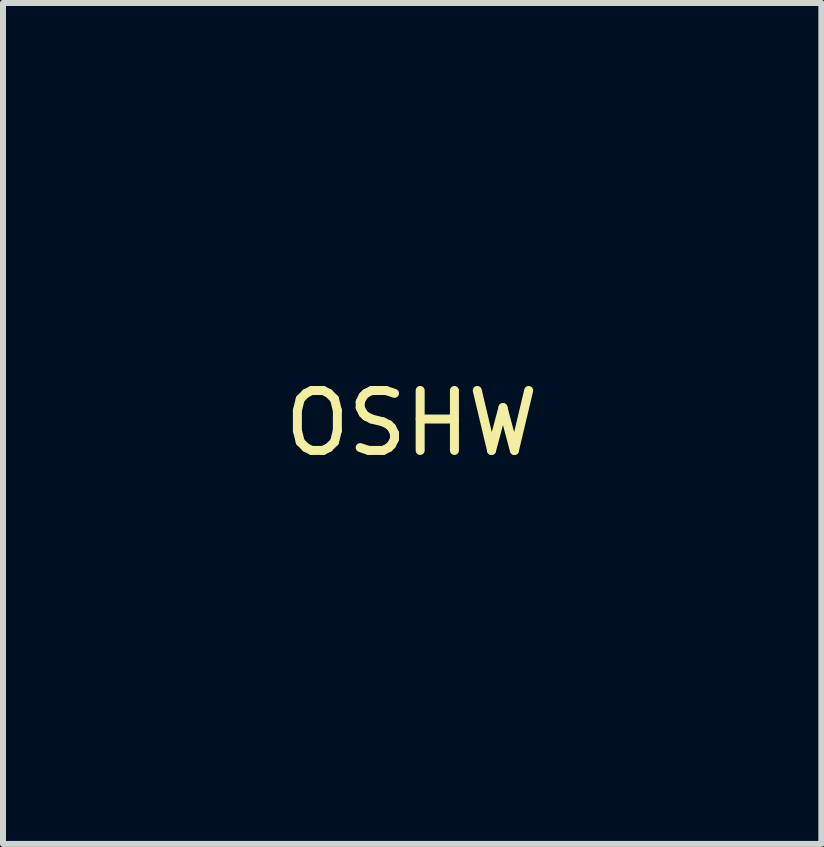
<source format=kicad_pcb>
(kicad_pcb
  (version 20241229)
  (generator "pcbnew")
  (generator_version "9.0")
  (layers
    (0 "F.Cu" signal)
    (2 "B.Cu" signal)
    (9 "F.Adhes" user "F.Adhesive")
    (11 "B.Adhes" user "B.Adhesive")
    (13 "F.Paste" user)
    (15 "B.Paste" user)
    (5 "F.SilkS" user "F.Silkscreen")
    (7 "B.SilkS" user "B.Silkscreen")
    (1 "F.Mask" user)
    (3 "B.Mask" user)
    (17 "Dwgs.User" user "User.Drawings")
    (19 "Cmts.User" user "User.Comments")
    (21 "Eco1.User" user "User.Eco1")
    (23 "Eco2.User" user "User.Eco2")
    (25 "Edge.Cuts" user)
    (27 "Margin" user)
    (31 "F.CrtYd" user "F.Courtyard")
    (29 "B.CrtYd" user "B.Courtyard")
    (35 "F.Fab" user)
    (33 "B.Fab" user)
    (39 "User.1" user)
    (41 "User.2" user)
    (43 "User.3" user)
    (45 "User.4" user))
  (footprint "OSHW"
    (layer "F.Cu")
    (at 3.814 4.007)
    (property "Reference" "OSHW" (at 0 0 180) (layer "F.SilkS") (effects (font (size 1 1) (thickness 0.15))))
    (attr exclude_from_pos_files exclude_from_bom)
    (fp_poly (pts (xy 2.391 1.938) (xy 2.449 1.955) (xy 2.486 1.977) (xy 2.498 1.995) (xy 2.495 2.016) (xy 2.473 2.048) (xy 2.455 2.072) (xy 2.417 2.113) (xy 2.389 2.131) (xy 2.365 2.13) (xy 2.294 2.112) (xy 2.241 2.113) (xy 2.199 2.133) (xy 2.185 2.145) (xy 2.139 2.187) (xy 2.139 2.741) (xy 1.955 2.741) (xy 1.955 1.938) (xy 2.047 1.938) (xy 2.102 1.941) (xy 2.131 1.948) (xy 2.139 1.963) (xy 2.139 1.964) (xy 2.143 1.98) (xy 2.16 1.978) (xy 2.185 1.966) (xy 2.235 1.945) (xy 2.276 1.932) (xy 2.329 1.929) (xy 2.391 1.938)) (stroke (width 0.01) (type solid)) (fill yes) (layer "F.Mask"))
    (fp_poly (pts (xy 2.173 3.191) (xy 2.237 3.204) (xy 2.274 3.223) (xy 2.312 3.254) (xy 2.258 3.323) (xy 2.224 3.365) (xy 2.201 3.385) (xy 2.178 3.389) (xy 2.145 3.378) (xy 2.129 3.373) (xy 2.066 3.364) (xy 2.007 3.382) (xy 1.964 3.423) (xy 1.957 3.436) (xy 1.95 3.47) (xy 1.944 3.533) (xy 1.94 3.621) (xy 1.938 3.729) (xy 1.938 3.744) (xy 1.938 4.011) (xy 1.755 4.011) (xy 1.755 3.192) (xy 1.847 3.192) (xy 1.9 3.193) (xy 1.927 3.199) (xy 1.937 3.213) (xy 1.938 3.226) (xy 1.938 3.261) (xy 1.982 3.226) (xy 2.033 3.203) (xy 2.101 3.191) (xy 2.173 3.191)) (stroke (width 0.01) (type solid)) (fill yes) (layer "F.Mask"))
    (fp_poly (pts (xy -1.32 3.193) (xy -1.295 3.201) (xy -1.287 3.217) (xy -1.287 3.225) (xy -1.285 3.246) (xy -1.275 3.249) (xy -1.248 3.235) (xy -1.232 3.225) (xy -1.182 3.204) (xy -1.122 3.194) (xy -1.059 3.193) (xy -0.999 3.201) (xy -0.951 3.216) (xy -0.92 3.237) (xy -0.914 3.264) (xy -0.917 3.272) (xy -0.94 3.302) (xy -0.974 3.339) (xy -0.98 3.345) (xy -1.013 3.373) (xy -1.042 3.382) (xy -1.081 3.376) (xy -1.097 3.371) (xy -1.146 3.361) (xy -1.181 3.366) (xy -1.211 3.382) (xy -1.237 3.403) (xy -1.257 3.43) (xy -1.271 3.467) (xy -1.28 3.52) (xy -1.285 3.593) (xy -1.287 3.693) (xy -1.287 3.753) (xy -1.287 4.011) (xy -1.454 4.011) (xy -1.454 3.192) (xy -1.37 3.192) (xy -1.32 3.193)) (stroke (width 0.01) (type solid)) (fill yes) (layer "F.Mask"))
    (fp_poly (pts (xy 1.32 2.199) (xy 1.322 2.321) (xy 1.327 2.414) (xy 1.339 2.482) (xy 1.358 2.527) (xy 1.385 2.555) (xy 1.423 2.569) (xy 1.471 2.572) (xy 1.52 2.568) (xy 1.557 2.554) (xy 1.584 2.525) (xy 1.603 2.479) (xy 1.614 2.41) (xy 1.62 2.316) (xy 1.621 2.199) (xy 1.621 1.938) (xy 1.805 1.938) (xy 1.805 2.741) (xy 1.713 2.741) (xy 1.657 2.738) (xy 1.629 2.73) (xy 1.621 2.715) (xy 1.616 2.702) (xy 1.597 2.705) (xy 1.559 2.724) (xy 1.47 2.753) (xy 1.377 2.751) (xy 1.287 2.719) (xy 1.244 2.694) (xy 1.212 2.667) (xy 1.188 2.633) (xy 1.171 2.588) (xy 1.161 2.526) (xy 1.156 2.444) (xy 1.153 2.336) (xy 1.153 2.252) (xy 1.153 1.938) (xy 1.32 1.938) (xy 1.32 2.199)) (stroke (width 0.01) (type solid)) (fill yes) (layer "F.Mask"))
    (fp_poly (pts (xy -1.002 1.952) (xy -0.96 1.972) (xy -0.92 2.001) (xy -0.889 2.034) (xy -0.867 2.076) (xy -0.852 2.132) (xy -0.842 2.207) (xy -0.838 2.305) (xy -0.836 2.431) (xy -0.836 2.444) (xy -0.836 2.741) (xy -1.019 2.741) (xy -1.019 2.467) (xy -1.019 2.366) (xy -1.02 2.292) (xy -1.023 2.241) (xy -1.028 2.207) (xy -1.035 2.184) (xy -1.047 2.167) (xy -1.063 2.15) (xy -1.12 2.113) (xy -1.183 2.106) (xy -1.242 2.129) (xy -1.262 2.147) (xy -1.278 2.163) (xy -1.288 2.18) (xy -1.296 2.204) (xy -1.3 2.24) (xy -1.302 2.294) (xy -1.303 2.371) (xy -1.303 2.464) (xy -1.303 2.741) (xy -1.487 2.741) (xy -1.487 1.938) (xy -1.395 1.938) (xy -1.34 1.941) (xy -1.312 1.948) (xy -1.303 1.963) (xy -1.303 1.964) (xy -1.3 1.979) (xy -1.283 1.977) (xy -1.249 1.961) (xy -1.173 1.937) (xy -1.086 1.934) (xy -1.002 1.952)) (stroke (width 0.01) (type solid)) (fill yes) (layer "F.Mask"))
    (fp_poly (pts (xy 2.947 1.945) (xy 3.043 1.987) (xy 3.074 2.007) (xy 3.113 2.037) (xy 3.137 2.062) (xy 3.142 2.069) (xy 3.13 2.087) (xy 3.099 2.117) (xy 3.074 2.137) (xy 3.007 2.191) (xy 2.954 2.147) (xy 2.913 2.118) (xy 2.873 2.108) (xy 2.827 2.11) (xy 2.754 2.128) (xy 2.704 2.166) (xy 2.674 2.227) (xy 2.66 2.314) (xy 2.66 2.314) (xy 2.661 2.412) (xy 2.68 2.484) (xy 2.717 2.533) (xy 2.742 2.549) (xy 2.809 2.57) (xy 2.881 2.57) (xy 2.943 2.55) (xy 2.958 2.54) (xy 2.995 2.515) (xy 3.024 2.511) (xy 3.055 2.53) (xy 3.089 2.563) (xy 3.144 2.619) (xy 3.083 2.669) (xy 2.99 2.726) (xy 2.884 2.753) (xy 2.774 2.751) (xy 2.701 2.733) (xy 2.617 2.687) (xy 2.549 2.616) (xy 2.518 2.565) (xy 2.493 2.492) (xy 2.481 2.401) (xy 2.481 2.301) (xy 2.493 2.205) (xy 2.517 2.125) (xy 2.521 2.117) (xy 2.578 2.036) (xy 2.655 1.978) (xy 2.746 1.942) (xy 2.846 1.931) (xy 2.947 1.945)) (stroke (width 0.01) (type solid)) (fill yes) (layer "F.Mask"))
    (fp_poly (pts (xy 0.812 1.948) (xy 0.896 1.994) (xy 0.962 2.067) (xy 0.993 2.126) (xy 1.007 2.178) (xy 1.016 2.253) (xy 1.019 2.338) (xy 1.018 2.425) (xy 1.011 2.5) (xy 1.003 2.541) (xy 0.975 2.596) (xy 0.928 2.655) (xy 0.871 2.706) (xy 0.815 2.739) (xy 0.814 2.74) (xy 0.744 2.754) (xy 0.661 2.754) (xy 0.582 2.741) (xy 0.552 2.731) (xy 0.473 2.686) (xy 0.417 2.628) (xy 0.38 2.551) (xy 0.36 2.45) (xy 0.355 2.397) (xy 0.356 2.331) (xy 0.535 2.331) (xy 0.541 2.428) (xy 0.558 2.502) (xy 0.586 2.549) (xy 0.605 2.562) (xy 0.656 2.572) (xy 0.716 2.569) (xy 0.767 2.555) (xy 0.781 2.548) (xy 0.817 2.504) (xy 0.84 2.438) (xy 0.851 2.357) (xy 0.846 2.271) (xy 0.835 2.218) (xy 0.803 2.158) (xy 0.753 2.12) (xy 0.693 2.107) (xy 0.631 2.121) (xy 0.584 2.154) (xy 0.559 2.182) (xy 0.544 2.209) (xy 0.537 2.246) (xy 0.535 2.303) (xy 0.535 2.331) (xy 0.356 2.331) (xy 0.356 2.256) (xy 0.379 2.14) (xy 0.424 2.05) (xy 0.49 1.985) (xy 0.579 1.945) (xy 0.597 1.941) (xy 0.711 1.93) (xy 0.812 1.948)) (stroke (width 0.01) (type solid)) (fill yes) (layer "F.Mask"))
    (fp_poly (pts (xy 0.374 3.195) (xy 0.44 3.2) (xy 0.527 3.459) (xy 0.613 3.718) (xy 0.64 3.626) (xy 0.656 3.569) (xy 0.678 3.493) (xy 0.701 3.408) (xy 0.713 3.363) (xy 0.759 3.192) (xy 0.949 3.192) (xy 0.893 3.371) (xy 0.865 3.46) (xy 0.831 3.566) (xy 0.796 3.677) (xy 0.764 3.777) (xy 0.692 4.002) (xy 0.537 4.012) (xy 0.495 3.874) (xy 0.469 3.787) (xy 0.441 3.692) (xy 0.416 3.608) (xy 0.415 3.605) (xy 0.397 3.548) (xy 0.381 3.509) (xy 0.369 3.495) (xy 0.367 3.496) (xy 0.359 3.519) (xy 0.343 3.568) (xy 0.322 3.637) (xy 0.297 3.719) (xy 0.284 3.764) (xy 0.211 4.011) (xy 0.057 4.011) (xy -0.065 3.622) (xy -0.1 3.513) (xy -0.131 3.414) (xy -0.158 3.33) (xy -0.179 3.265) (xy -0.193 3.224) (xy -0.197 3.212) (xy -0.193 3.199) (xy -0.168 3.194) (xy -0.116 3.195) (xy -0.108 3.195) (xy -0.011 3.2) (xy 0.053 3.434) (xy 0.076 3.519) (xy 0.097 3.594) (xy 0.114 3.653) (xy 0.124 3.687) (xy 0.126 3.693) (xy 0.134 3.686) (xy 0.15 3.653) (xy 0.173 3.596) (xy 0.199 3.522) (xy 0.222 3.454) (xy 0.308 3.19) (xy 0.374 3.195)) (stroke (width 0.01) (type solid)) (fill yes) (layer "F.Mask"))
    (fp_poly (pts (xy -3.373 1.947) (xy -3.286 1.986) (xy -3.219 2.05) (xy -3.174 2.141) (xy -3.149 2.257) (xy -3.148 2.276) (xy -3.146 2.404) (xy -3.164 2.516) (xy -3.2 2.608) (xy -3.22 2.637) (xy -3.287 2.699) (xy -3.372 2.739) (xy -3.468 2.756) (xy -3.566 2.748) (xy -3.64 2.721) (xy -3.704 2.677) (xy -3.756 2.62) (xy -3.757 2.618) (xy -3.778 2.583) (xy -3.792 2.547) (xy -3.8 2.502) (xy -3.805 2.438) (xy -3.807 2.385) (xy -3.808 2.338) (xy -3.641 2.338) (xy -3.64 2.385) (xy -3.634 2.448) (xy -3.623 2.488) (xy -3.604 2.517) (xy -3.587 2.534) (xy -3.524 2.569) (xy -3.459 2.574) (xy -3.398 2.548) (xy -3.367 2.52) (xy -3.345 2.492) (xy -3.332 2.464) (xy -3.327 2.429) (xy -3.326 2.376) (xy -3.328 2.327) (xy -3.332 2.256) (xy -3.338 2.211) (xy -3.348 2.181) (xy -3.366 2.159) (xy -3.381 2.146) (xy -3.44 2.112) (xy -3.505 2.11) (xy -3.559 2.13) (xy -3.605 2.172) (xy -3.632 2.241) (xy -3.641 2.338) (xy -3.808 2.338) (xy -3.809 2.281) (xy -3.806 2.203) (xy -3.796 2.145) (xy -3.778 2.099) (xy -3.75 2.058) (xy -3.74 2.046) (xy -3.676 1.985) (xy -3.607 1.95) (xy -3.523 1.935) (xy -3.482 1.934) (xy -3.373 1.947)) (stroke (width 0.01) (type solid)) (fill yes) (layer "F.Mask"))
    (fp_poly (pts (xy -0.267 4.011) (xy -0.359 4.011) (xy -0.413 4.009) (xy -0.44 4.002) (xy -0.45 3.988) (xy -0.451 3.979) (xy -0.453 3.96) (xy -0.464 3.956) (xy -0.491 3.968) (xy -0.513 3.979) (xy -0.597 4.005) (xy -0.687 4.006) (xy -0.761 3.987) (xy -0.83 3.94) (xy -0.882 3.871) (xy -0.911 3.789) (xy -0.912 3.785) (xy -0.916 3.735) (xy -0.918 3.664) (xy -0.918 3.61) (xy -0.735 3.61) (xy -0.731 3.681) (xy -0.721 3.741) (xy -0.708 3.774) (xy -0.659 3.82) (xy -0.601 3.836) (xy -0.54 3.823) (xy -0.489 3.783) (xy -0.469 3.757) (xy -0.458 3.725) (xy -0.453 3.679) (xy -0.451 3.609) (xy -0.454 3.54) (xy -0.46 3.48) (xy -0.469 3.44) (xy -0.47 3.436) (xy -0.506 3.393) (xy -0.558 3.369) (xy -0.616 3.365) (xy -0.67 3.382) (xy -0.71 3.419) (xy -0.714 3.426) (xy -0.727 3.471) (xy -0.734 3.536) (xy -0.735 3.61) (xy -0.918 3.61) (xy -0.918 3.582) (xy -0.917 3.538) (xy -0.908 3.43) (xy -0.891 3.349) (xy -0.863 3.288) (xy -0.821 3.244) (xy -0.78 3.217) (xy -0.723 3.199) (xy -0.653 3.193) (xy -0.58 3.198) (xy -0.518 3.214) (xy -0.485 3.233) (xy -0.451 3.264) (xy -0.451 2.874) (xy -0.267 2.874) (xy -0.267 4.011)) (stroke (width 0.01) (type solid)) (fill yes) (layer "F.Mask"))
    (fp_poly (pts (xy 3.559 1.936) (xy 3.602 1.946) (xy 3.684 1.984) (xy 3.754 2.042) (xy 3.802 2.112) (xy 3.809 2.128) (xy 3.818 2.168) (xy 3.825 2.229) (xy 3.827 2.29) (xy 3.827 2.406) (xy 3.584 2.406) (xy 3.484 2.407) (xy 3.414 2.409) (xy 3.369 2.415) (xy 3.346 2.426) (xy 3.341 2.445) (xy 3.35 2.472) (xy 3.366 2.504) (xy 3.41 2.558) (xy 3.472 2.584) (xy 3.547 2.583) (xy 3.632 2.554) (xy 3.706 2.519) (xy 3.767 2.567) (xy 3.828 2.615) (xy 3.77 2.668) (xy 3.694 2.718) (xy 3.599 2.749) (xy 3.498 2.757) (xy 3.4 2.742) (xy 3.384 2.737) (xy 3.298 2.692) (xy 3.234 2.625) (xy 3.19 2.533) (xy 3.166 2.416) (xy 3.166 2.414) (xy 3.164 2.286) (xy 3.172 2.24) (xy 3.342 2.24) (xy 3.358 2.247) (xy 3.4 2.252) (xy 3.462 2.255) (xy 3.502 2.256) (xy 3.576 2.256) (xy 3.622 2.254) (xy 3.646 2.249) (xy 3.654 2.24) (xy 3.652 2.224) (xy 3.65 2.218) (xy 3.621 2.163) (xy 3.574 2.118) (xy 3.532 2.098) (xy 3.477 2.099) (xy 3.421 2.124) (xy 3.374 2.165) (xy 3.346 2.214) (xy 3.342 2.24) (xy 3.172 2.24) (xy 3.185 2.173) (xy 3.228 2.079) (xy 3.289 2.005) (xy 3.366 1.955) (xy 3.457 1.931) (xy 3.559 1.936)) (stroke (width 0.01) (type solid)) (fill yes) (layer "F.Mask"))
    (fp_poly (pts (xy 0.019 1.936) (xy 0.082 1.948) (xy 0.148 1.973) (xy 0.155 1.976) (xy 0.204 2.002) (xy 0.239 2.026) (xy 0.25 2.042) (xy 0.239 2.067) (xy 0.214 2.105) (xy 0.202 2.119) (xy 0.155 2.174) (xy 0.094 2.138) (xy 0.036 2.114) (xy -0.03 2.101) (xy -0.095 2.101) (xy -0.144 2.113) (xy -0.156 2.12) (xy -0.179 2.154) (xy -0.182 2.194) (xy -0.165 2.225) (xy -0.155 2.231) (xy -0.124 2.238) (xy -0.072 2.247) (xy -0.006 2.255) (xy 0.006 2.257) (xy 0.11 2.275) (xy 0.186 2.306) (xy 0.237 2.352) (xy 0.265 2.416) (xy 0.273 2.495) (xy 0.261 2.585) (xy 0.222 2.655) (xy 0.156 2.707) (xy 0.062 2.739) (xy -0.042 2.752) (xy -0.127 2.752) (xy -0.195 2.74) (xy -0.242 2.724) (xy -0.302 2.696) (xy -0.356 2.664) (xy -0.376 2.65) (xy -0.426 2.609) (xy -0.305 2.486) (xy -0.236 2.532) (xy -0.168 2.566) (xy -0.094 2.584) (xy -0.023 2.586) (xy 0.037 2.572) (xy 0.08 2.543) (xy 0.093 2.518) (xy 0.091 2.479) (xy 0.057 2.449) (xy -0.009 2.428) (xy -0.081 2.418) (xy -0.192 2.4) (xy -0.275 2.365) (xy -0.33 2.313) (xy -0.359 2.243) (xy -0.363 2.16) (xy -0.343 2.073) (xy -0.298 2.007) (xy -0.228 1.962) (xy -0.131 1.938) (xy -0.06 1.933) (xy 0.019 1.936)) (stroke (width 0.01) (type solid)) (fill yes) (layer "F.Mask"))
    (fp_poly (pts (xy 2.701 3.196) (xy 2.781 3.217) (xy 2.848 3.26) (xy 2.88 3.292) (xy 2.933 3.367) (xy 2.964 3.455) (xy 2.974 3.563) (xy 2.974 3.572) (xy 2.974 3.66) (xy 2.47 3.66) (xy 2.48 3.706) (xy 2.5 3.747) (xy 2.534 3.791) (xy 2.541 3.797) (xy 2.602 3.835) (xy 2.672 3.841) (xy 2.752 3.817) (xy 2.766 3.81) (xy 2.807 3.79) (xy 2.835 3.778) (xy 2.84 3.777) (xy 2.857 3.788) (xy 2.89 3.813) (xy 2.906 3.827) (xy 2.94 3.858) (xy 2.951 3.879) (xy 2.944 3.899) (xy 2.94 3.904) (xy 2.911 3.927) (xy 2.865 3.955) (xy 2.832 3.971) (xy 2.74 4) (xy 2.638 4.009) (xy 2.542 3.998) (xy 2.515 3.99) (xy 2.431 3.946) (xy 2.369 3.877) (xy 2.329 3.783) (xy 2.309 3.663) (xy 2.307 3.601) (xy 2.313 3.51) (xy 2.473 3.51) (xy 2.489 3.517) (xy 2.53 3.522) (xy 2.591 3.525) (xy 2.632 3.526) (xy 2.706 3.525) (xy 2.752 3.523) (xy 2.778 3.517) (xy 2.789 3.507) (xy 2.791 3.493) (xy 2.776 3.448) (xy 2.74 3.403) (xy 2.693 3.369) (xy 2.645 3.355) (xy 2.581 3.368) (xy 2.525 3.403) (xy 2.486 3.455) (xy 2.473 3.51) (xy 2.313 3.51) (xy 2.316 3.469) (xy 2.344 3.363) (xy 2.393 3.284) (xy 2.462 3.23) (xy 2.552 3.2) (xy 2.6 3.195) (xy 2.701 3.196)) (stroke (width 0.01) (type solid)) (fill yes) (layer "F.Mask"))
    (fp_poly (pts (xy -1.803 1.957) (xy -1.786 1.965) (xy -1.729 2.007) (xy -1.674 2.069) (xy -1.634 2.137) (xy -1.622 2.168) (xy -1.611 2.223) (xy -1.605 2.291) (xy -1.604 2.319) (xy -1.604 2.406) (xy -2.109 2.406) (xy -2.098 2.452) (xy -2.072 2.507) (xy -2.026 2.554) (xy -1.971 2.584) (xy -1.936 2.59) (xy -1.888 2.583) (xy -1.832 2.563) (xy -1.812 2.555) (xy -1.741 2.519) (xy -1.68 2.565) (xy -1.645 2.597) (xy -1.627 2.623) (xy -1.626 2.63) (xy -1.643 2.649) (xy -1.679 2.677) (xy -1.712 2.698) (xy -1.802 2.738) (xy -1.902 2.755) (xy -2.001 2.751) (xy -2.08 2.727) (xy -2.162 2.675) (xy -2.22 2.607) (xy -2.256 2.519) (xy -2.273 2.407) (xy -2.274 2.356) (xy -2.269 2.239) (xy -2.268 2.236) (xy -2.101 2.236) (xy -2.096 2.247) (xy -2.077 2.253) (xy -2.038 2.255) (xy -1.973 2.256) (xy -1.948 2.256) (xy -1.872 2.255) (xy -1.824 2.252) (xy -1.798 2.245) (xy -1.788 2.235) (xy -1.788 2.231) (xy -1.799 2.204) (xy -1.825 2.166) (xy -1.836 2.153) (xy -1.878 2.115) (xy -1.922 2.1) (xy -1.945 2.099) (xy -2.009 2.114) (xy -2.062 2.156) (xy -2.096 2.216) (xy -2.097 2.218) (xy -2.101 2.236) (xy -2.268 2.236) (xy -2.249 2.147) (xy -2.214 2.073) (xy -2.171 2.021) (xy -2.092 1.964) (xy -1.999 1.934) (xy -1.9 1.931) (xy -1.803 1.957)) (stroke (width 0.01) (type solid)) (fill yes) (layer "F.Mask"))
    (fp_poly (pts (xy 1.38 3.197) (xy 1.45 3.214) (xy 1.471 3.223) (xy 1.51 3.247) (xy 1.541 3.273) (xy 1.563 3.308) (xy 1.579 3.354) (xy 1.589 3.418) (xy 1.596 3.503) (xy 1.6 3.614) (xy 1.601 3.689) (xy 1.607 4.011) (xy 1.514 4.011) (xy 1.457 4.008) (xy 1.428 4) (xy 1.42 3.986) (xy 1.416 3.972) (xy 1.399 3.975) (xy 1.374 3.986) (xy 1.314 4.004) (xy 1.236 4.009) (xy 1.154 4.001) (xy 1.081 3.981) (xy 1.075 3.978) (xy 1.008 3.931) (xy 0.964 3.866) (xy 0.944 3.791) (xy 0.946 3.763) (xy 1.11 3.763) (xy 1.125 3.8) (xy 1.168 3.826) (xy 1.237 3.84) (xy 1.274 3.842) (xy 1.336 3.837) (xy 1.377 3.819) (xy 1.387 3.81) (xy 1.414 3.762) (xy 1.42 3.718) (xy 1.42 3.66) (xy 1.339 3.66) (xy 1.244 3.664) (xy 1.178 3.68) (xy 1.136 3.706) (xy 1.126 3.718) (xy 1.11 3.763) (xy 0.946 3.763) (xy 0.949 3.711) (xy 0.979 3.635) (xy 1.02 3.584) (xy 1.045 3.561) (xy 1.069 3.547) (xy 1.101 3.538) (xy 1.148 3.533) (xy 1.218 3.53) (xy 1.246 3.529) (xy 1.42 3.523) (xy 1.42 3.47) (xy 1.413 3.415) (xy 1.389 3.381) (xy 1.34 3.36) (xy 1.338 3.359) (xy 1.268 3.351) (xy 1.2 3.362) (xy 1.149 3.389) (xy 1.129 3.402) (xy 1.107 3.4) (xy 1.073 3.381) (xy 1.053 3.367) (xy 1.014 3.338) (xy 0.99 3.317) (xy 0.986 3.311) (xy 1.002 3.279) (xy 1.049 3.24) (xy 1.069 3.227) (xy 1.128 3.205) (xy 1.207 3.192) (xy 1.295 3.19) (xy 1.38 3.197)) (stroke (width 0.01) (type solid)) (fill yes) (layer "F.Mask"))
    (fp_poly (pts (xy -1.84 3.198) (xy -1.761 3.219) (xy -1.701 3.257) (xy -1.659 3.307) (xy -1.646 3.328) (xy -1.636 3.35) (xy -1.629 3.379) (xy -1.625 3.419) (xy -1.622 3.475) (xy -1.621 3.554) (xy -1.621 3.659) (xy -1.621 3.687) (xy -1.621 4.011) (xy -1.701 4.011) (xy -1.752 4.007) (xy -1.79 3.998) (xy -1.8 3.992) (xy -1.826 3.983) (xy -1.852 3.992) (xy -1.896 4.004) (xy -1.959 4.009) (xy -2.029 4.007) (xy -2.093 3.998) (xy -2.131 3.987) (xy -2.203 3.94) (xy -2.248 3.876) (xy -2.269 3.79) (xy -2.269 3.788) (xy -2.267 3.75) (xy -2.106 3.75) (xy -2.091 3.793) (xy -2.068 3.817) (xy -2.022 3.836) (xy -1.961 3.843) (xy -1.899 3.84) (xy -1.849 3.825) (xy -1.835 3.816) (xy -1.811 3.773) (xy -1.805 3.724) (xy -1.805 3.66) (xy -1.897 3.66) (xy -1.985 3.666) (xy -2.052 3.686) (xy -2.093 3.715) (xy -2.106 3.75) (xy -2.267 3.75) (xy -2.265 3.694) (xy -2.234 3.62) (xy -2.175 3.564) (xy -2.167 3.559) (xy -2.133 3.542) (xy -2.09 3.532) (xy -2.03 3.527) (xy -1.959 3.526) (xy -1.805 3.526) (xy -1.805 3.461) (xy -1.811 3.411) (xy -1.828 3.377) (xy -1.83 3.375) (xy -1.867 3.361) (xy -1.923 3.355) (xy -1.986 3.358) (xy -2.04 3.369) (xy -2.073 3.385) (xy -2.091 3.398) (xy -2.109 3.4) (xy -2.135 3.39) (xy -2.174 3.363) (xy -2.232 3.318) (xy -2.238 3.314) (xy -2.235 3.299) (xy -2.212 3.273) (xy -2.177 3.244) (xy -2.139 3.22) (xy -2.127 3.214) (xy -2.083 3.203) (xy -2.019 3.195) (xy -1.947 3.192) (xy -1.943 3.192) (xy -1.84 3.198)) (stroke (width 0.01) (type solid)) (fill yes) (layer "F.Mask"))
    (fp_poly (pts (xy -2.537 1.952) (xy -2.501 1.97) (xy -2.458 2) (xy -2.426 2.033) (xy -2.405 2.075) (xy -2.391 2.131) (xy -2.384 2.206) (xy -2.381 2.307) (xy -2.381 2.351) (xy -2.382 2.446) (xy -2.384 2.514) (xy -2.387 2.561) (xy -2.394 2.594) (xy -2.405 2.618) (xy -2.416 2.634) (xy -2.485 2.703) (xy -2.567 2.745) (xy -2.656 2.757) (xy -2.745 2.739) (xy -2.773 2.726) (xy -2.841 2.691) (xy -2.841 3.243) (xy -2.791 3.217) (xy -2.727 3.197) (xy -2.647 3.192) (xy -2.567 3.202) (xy -2.507 3.223) (xy -2.457 3.263) (xy -2.414 3.32) (xy -2.411 3.326) (xy -2.397 3.353) (xy -2.387 3.381) (xy -2.381 3.415) (xy -2.376 3.46) (xy -2.374 3.523) (xy -2.373 3.608) (xy -2.373 3.704) (xy -2.373 4.011) (xy -2.557 4.011) (xy -2.557 3.445) (xy -2.608 3.402) (xy -2.662 3.367) (xy -2.712 3.361) (xy -2.763 3.377) (xy -2.79 3.393) (xy -2.81 3.416) (xy -2.825 3.45) (xy -2.834 3.5) (xy -2.84 3.572) (xy -2.844 3.67) (xy -2.845 3.735) (xy -2.849 4.002) (xy -2.937 4.007) (xy -3.025 4.012) (xy -3.025 2.353) (xy -2.841 2.353) (xy -2.836 2.446) (xy -2.82 2.51) (xy -2.791 2.55) (xy -2.745 2.569) (xy -2.699 2.573) (xy -2.646 2.569) (xy -2.612 2.551) (xy -2.59 2.528) (xy -2.573 2.502) (xy -2.563 2.474) (xy -2.558 2.434) (xy -2.558 2.375) (xy -2.559 2.325) (xy -2.563 2.251) (xy -2.568 2.202) (xy -2.577 2.17) (xy -2.591 2.15) (xy -2.605 2.137) (xy -2.661 2.111) (xy -2.727 2.107) (xy -2.765 2.116) (xy -2.803 2.148) (xy -2.827 2.211) (xy -2.84 2.304) (xy -2.841 2.353) (xy -3.025 2.353) (xy -3.025 1.938) (xy -2.933 1.938) (xy -2.878 1.941) (xy -2.849 1.948) (xy -2.841 1.963) (xy -2.841 1.964) (xy -2.837 1.979) (xy -2.82 1.977) (xy -2.786 1.961) (xy -2.708 1.936) (xy -2.62 1.933) (xy -2.537 1.952)) (stroke (width 0.01) (type solid)) (fill yes) (layer "F.Mask"))
    (fp_poly (pts (xy 0.501 -3.601) (xy 0.577 -3.201) (xy 1.134 -2.971) (xy 1.468 -3.198) (xy 1.562 -3.262) (xy 1.647 -3.318) (xy 1.718 -3.365) (xy 1.773 -3.4) (xy 1.807 -3.421) (xy 1.817 -3.426) (xy 1.833 -3.414) (xy 1.869 -3.382) (xy 1.919 -3.335) (xy 1.981 -3.274) (xy 2.049 -3.206) (xy 2.121 -3.134) (xy 2.191 -3.062) (xy 2.257 -2.994) (xy 2.313 -2.934) (xy 2.357 -2.886) (xy 2.383 -2.854) (xy 2.39 -2.844) (xy 2.38 -2.824) (xy 2.355 -2.781) (xy 2.316 -2.72) (xy 2.265 -2.643) (xy 2.206 -2.556) (xy 2.172 -2.506) (xy 2.11 -2.415) (xy 2.055 -2.333) (xy 2.01 -2.264) (xy 1.976 -2.212) (xy 1.958 -2.181) (xy 1.955 -2.174) (xy 1.961 -2.156) (xy 1.978 -2.113) (xy 2.004 -2.051) (xy 2.035 -1.977) (xy 2.069 -1.897) (xy 2.103 -1.816) (xy 2.136 -1.741) (xy 2.163 -1.677) (xy 2.184 -1.632) (xy 2.195 -1.61) (xy 2.195 -1.609) (xy 2.212 -1.605) (xy 2.257 -1.596) (xy 2.326 -1.582) (xy 2.414 -1.565) (xy 2.515 -1.546) (xy 2.575 -1.535) (xy 2.683 -1.514) (xy 2.781 -1.495) (xy 2.864 -1.477) (xy 2.926 -1.463) (xy 2.963 -1.453) (xy 2.97 -1.449) (xy 2.978 -1.427) (xy 2.983 -1.378) (xy 2.988 -1.307) (xy 2.991 -1.219) (xy 2.993 -1.122) (xy 2.993 -1.02) (xy 2.992 -0.919) (xy 2.989 -0.825) (xy 2.985 -0.745) (xy 2.98 -0.683) (xy 2.974 -0.646) (xy 2.97 -0.638) (xy 2.946 -0.629) (xy 2.896 -0.615) (xy 2.827 -0.6) (xy 2.744 -0.583) (xy 2.715 -0.578) (xy 2.576 -0.552) (xy 2.465 -0.532) (xy 2.381 -0.515) (xy 2.319 -0.502) (xy 2.274 -0.492) (xy 2.245 -0.483) (xy 2.227 -0.475) (xy 2.216 -0.467) (xy 2.214 -0.465) (xy 2.199 -0.44) (xy 2.176 -0.391) (xy 2.148 -0.324) (xy 2.116 -0.246) (xy 2.083 -0.161) (xy 2.051 -0.077) (xy 2.023 0.001) (xy 2 0.067) (xy 1.986 0.114) (xy 1.982 0.138) (xy 1.983 0.139) (xy 1.995 0.158) (xy 2.024 0.2) (xy 2.065 0.262) (xy 2.117 0.337) (xy 2.175 0.422) (xy 2.192 0.446) (xy 2.251 0.534) (xy 2.303 0.614) (xy 2.346 0.682) (xy 2.375 0.733) (xy 2.389 0.762) (xy 2.39 0.766) (xy 2.378 0.785) (xy 2.346 0.823) (xy 2.298 0.875) (xy 2.237 0.938) (xy 2.169 1.007) (xy 2.096 1.079) (xy 2.024 1.149) (xy 1.956 1.214) (xy 1.896 1.269) (xy 1.849 1.31) (xy 1.818 1.333) (xy 1.809 1.337) (xy 1.79 1.328) (xy 1.749 1.304) (xy 1.695 1.268) (xy 1.653 1.24) (xy 1.577 1.187) (xy 1.487 1.126) (xy 1.397 1.064) (xy 1.348 1.031) (xy 1.184 0.92) (xy 1.046 0.995) (xy 0.983 1.028) (xy 0.93 1.053) (xy 0.893 1.067) (xy 0.884 1.069) (xy 0.873 1.055) (xy 0.851 1.013) (xy 0.82 0.947) (xy 0.782 0.863) (xy 0.738 0.762) (xy 0.689 0.65) (xy 0.638 0.531) (xy 0.586 0.407) (xy 0.534 0.283) (xy 0.485 0.164) (xy 0.439 0.052) (xy 0.4 -0.049) (xy 0.367 -0.134) (xy 0.343 -0.199) (xy 0.33 -0.241) (xy 0.327 -0.256) (xy 0.345 -0.274) (xy 0.382 -0.304) (xy 0.432 -0.34) (xy 0.437 -0.343) (xy 0.566 -0.446) (xy 0.671 -0.567) (xy 0.749 -0.702) (xy 0.801 -0.846) (xy 0.825 -0.996) (xy 0.82 -1.147) (xy 0.785 -1.297) (xy 0.72 -1.441) (xy 0.701 -1.472) (xy 0.601 -1.599) (xy 0.483 -1.701) (xy 0.352 -1.777) (xy 0.21 -1.827) (xy 0.062 -1.851) (xy -0.087 -1.848) (xy -0.234 -1.817) (xy -0.375 -1.758) (xy -0.505 -1.67) (xy -0.545 -1.634) (xy -0.648 -1.522) (xy -0.723 -1.405) (xy -0.774 -1.273) (xy -0.802 -1.142) (xy -0.809 -0.996) (xy -0.786 -0.848) (xy -0.734 -0.705) (xy -0.657 -0.571) (xy -0.556 -0.452) (xy -0.434 -0.351) (xy -0.418 -0.34) (xy -0.368 -0.306) (xy -0.329 -0.276) (xy -0.311 -0.256) (xy -0.31 -0.256) (xy -0.314 -0.235) (xy -0.33 -0.188) (xy -0.356 -0.118) (xy -0.39 -0.03) (xy -0.431 0.073) (xy -0.477 0.187) (xy -0.527 0.307) (xy -0.579 0.431) (xy -0.631 0.554) (xy -0.682 0.673) (xy -0.73 0.783) (xy -0.773 0.88) (xy -0.81 0.962) (xy -0.84 1.023) (xy -0.86 1.06) (xy -0.868 1.069) (xy -0.892 1.062) (xy -0.938 1.042) (xy -0.997 1.012) (xy -1.029 0.995) (xy -1.167 0.92) (xy -1.331 1.031) (xy -1.415 1.088) (xy -1.507 1.151) (xy -1.593 1.21) (xy -1.636 1.24) (xy -1.697 1.28) (xy -1.748 1.313) (xy -1.783 1.332) (xy -1.795 1.337) (xy -1.812 1.325) (xy -1.849 1.294) (xy -1.902 1.246) (xy -1.969 1.184) (xy -2.045 1.111) (xy -2.093 1.065) (xy -2.178 0.982) (xy -2.251 0.908) (xy -2.309 0.846) (xy -2.351 0.799) (xy -2.371 0.77) (xy -2.373 0.764) (xy -2.364 0.742) (xy -2.338 0.696) (xy -2.299 0.633) (xy -2.249 0.556) (xy -2.192 0.47) (xy -2.175 0.446) (xy -2.115 0.359) (xy -2.062 0.281) (xy -2.017 0.215) (xy -1.985 0.167) (xy -1.968 0.142) (xy -1.966 0.139) (xy -1.968 0.118) (xy -1.982 0.073) (xy -2.003 0.008) (xy -2.031 -0.069) (xy -2.062 -0.152) (xy -2.095 -0.237) (xy -2.128 -0.317) (xy -2.157 -0.385) (xy -2.181 -0.436) (xy -2.197 -0.464) (xy -2.198 -0.465) (xy -2.208 -0.473) (xy -2.224 -0.481) (xy -2.251 -0.49) (xy -2.292 -0.5) (xy -2.351 -0.512) (xy -2.431 -0.528) (xy -2.536 -0.548) (xy -2.669 -0.572) (xy -2.698 -0.578) (xy -2.784 -0.594) (xy -2.859 -0.61) (xy -2.916 -0.625) (xy -2.949 -0.635) (xy -2.953 -0.638) (xy -2.96 -0.66) (xy -2.966 -0.71) (xy -2.971 -0.782) (xy -2.974 -0.869) (xy -2.976 -0.967) (xy -2.976 -1.069) (xy -2.975 -1.169) (xy -2.973 -1.263) (xy -2.969 -1.343) (xy -2.964 -1.405) (xy -2.958 -1.442) (xy -2.954 -1.449) (xy -2.932 -1.457) (xy -2.882 -1.469) (xy -2.809 -1.485) (xy -2.718 -1.504) (xy -2.614 -1.525) (xy -2.558 -1.535) (xy -2.45 -1.555) (xy -2.355 -1.573) (xy -2.275 -1.589) (xy -2.217 -1.6) (xy -2.184 -1.608) (xy -2.179 -1.609) (xy -2.17 -1.627) (xy -2.15 -1.669) (xy -2.123 -1.73) (xy -2.091 -1.804) (xy -2.057 -1.885) (xy -2.023 -1.966) (xy -1.991 -2.041) (xy -1.965 -2.105) (xy -1.947 -2.151) (xy -1.939 -2.174) (xy -1.938 -2.175) (xy -1.948 -2.193) (xy -1.973 -2.234) (xy -2.012 -2.295) (xy -2.063 -2.37) (xy -2.122 -2.457) (xy -2.156 -2.507) (xy -2.218 -2.598) (xy -2.273 -2.681) (xy -2.319 -2.751) (xy -2.352 -2.804) (xy -2.37 -2.837) (xy -2.373 -2.844) (xy -2.362 -2.861) (xy -2.33 -2.897) (xy -2.283 -2.948) (xy -2.224 -3.011) (xy -2.157 -3.08) (xy -2.086 -3.153) (xy -2.014 -3.224) (xy -1.947 -3.291) (xy -1.888 -3.348) (xy -1.841 -3.392) (xy -1.81 -3.419) (xy -1.799 -3.426) (xy -1.782 -3.417) (xy -1.742 -3.391) (xy -1.682 -3.352) (xy -1.606 -3.302) (xy -1.518 -3.243) (xy -1.452 -3.198) (xy -1.117 -2.971) (xy -0.839 -3.086) (xy -0.56 -3.201) (xy -0.484 -3.601) (xy -0.409 -4.002) (xy 0.425 -4.002) (xy 0.501 -3.601)) (stroke (width 0.01) (type solid)) (fill yes) (layer "F.Mask")))
  (gr_rect
    (start -3 -3)
    (end 10.647 11.024)
    (stroke (width 0.1) (type default))
    (fill no)
    (layer "Edge.Cuts")))
</source>
